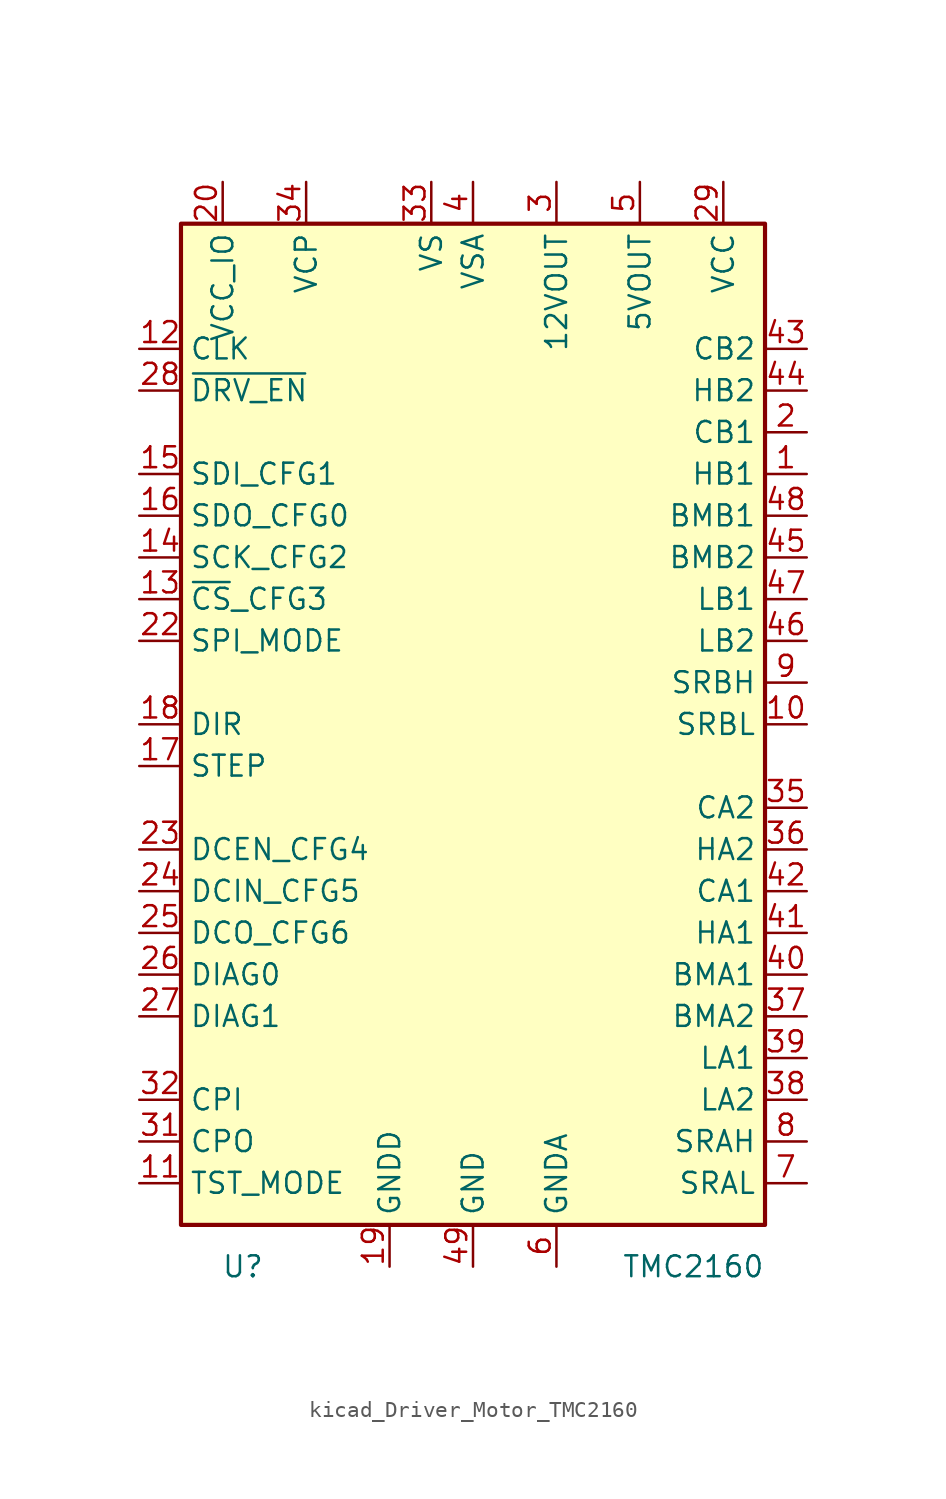
<source format=kicad_sym>
(kicad_symbol_lib
  (version 20220914)
  (generator kicad_symbol_editor)
  (symbol "kicad_Driver_Motor_TMC2160"
    (property "Reference" "U"
      (at -12.7 -33.02 0)
      (effects (font (size 1.27 1.27)) (justify right)))
    (property "Value" "TMC2160"
      (at 17.78 -33.02 0)
      (effects (font (size 1.27 1.27)) (justify right)))
    (symbol "kicad_Driver_Motor_TMC2160_1_1"
      (rectangle (start -17.78 30.48) (end 17.78 -30.48) (stroke (width 0.254) (type default)) (fill (type background)))
      (pin output line (at 20.32 15.24 180) (length 2.54) (name "HB1" (effects (font (size 1.27 1.27)))) (number "1" (effects (font (size 1.27 1.27)))))
      (pin input line (at 20.32 0 180) (length 2.54) (name "SRBL" (effects (font (size 1.27 1.27)))) (number "10" (effects (font (size 1.27 1.27)))))
      (pin input line (at -20.32 -27.94 0) (length 2.54) (name "TST_MODE" (effects (font (size 1.27 1.27)))) (number "11" (effects (font (size 1.27 1.27)))))
      (pin input line (at -20.32 22.86 0) (length 2.54) (name "CLK" (effects (font (size 1.27 1.27)))) (number "12" (effects (font (size 1.27 1.27)))))
      (pin input line (at -20.32 7.62 0) (length 2.54) (name "~{CS}_CFG3" (effects (font (size 1.27 1.27)))) (number "13" (effects (font (size 1.27 1.27)))))
      (pin input line (at -20.32 10.16 0) (length 2.54) (name "SCK_CFG2" (effects (font (size 1.27 1.27)))) (number "14" (effects (font (size 1.27 1.27)))))
      (pin input line (at -20.32 15.24 0) (length 2.54) (name "SDI_CFG1" (effects (font (size 1.27 1.27)))) (number "15" (effects (font (size 1.27 1.27)))))
      (pin passive line (at -20.32 12.7 0) (length 2.54) (name "SDO_CFG0" (effects (font (size 1.27 1.27)))) (number "16" (effects (font (size 1.27 1.27)))))
      (pin input line (at -20.32 -2.54 0) (length 2.54) (name "STEP" (effects (font (size 1.27 1.27)))) (number "17" (effects (font (size 1.27 1.27)))))
      (pin input line (at -20.32 0 0) (length 2.54) (name "DIR" (effects (font (size 1.27 1.27)))) (number "18" (effects (font (size 1.27 1.27)))))
      (pin power_in line (at -5.08 -33.02 90) (length 2.54) (name "GNDD" (effects (font (size 1.27 1.27)))) (number "19" (effects (font (size 1.27 1.27)))))
      (pin output line (at 20.32 17.78 180) (length 2.54) (name "CB1" (effects (font (size 1.27 1.27)))) (number "2" (effects (font (size 1.27 1.27)))))
      (pin power_in line (at -15.24 33.02 270) (length 2.54) (name "VCC_IO" (effects (font (size 1.27 1.27)))) (number "20" (effects (font (size 1.27 1.27)))))
      (pin passive line (at -15.24 33.02 270) (length 2.54) hide (name "VCC_IO" (effects (font (size 1.27 1.27)))) (number "21" (effects (font (size 1.27 1.27)))))
      (pin input line (at -20.32 5.08 0) (length 2.54) (name "SPI_MODE" (effects (font (size 1.27 1.27)))) (number "22" (effects (font (size 1.27 1.27)))))
      (pin input line (at -20.32 -7.62 0) (length 2.54) (name "DCEN_CFG4" (effects (font (size 1.27 1.27)))) (number "23" (effects (font (size 1.27 1.27)))))
      (pin input line (at -20.32 -10.16 0) (length 2.54) (name "DCIN_CFG5" (effects (font (size 1.27 1.27)))) (number "24" (effects (font (size 1.27 1.27)))))
      (pin output line (at -20.32 -12.7 0) (length 2.54) (name "DCO_CFG6" (effects (font (size 1.27 1.27)))) (number "25" (effects (font (size 1.27 1.27)))))
      (pin output line (at -20.32 -15.24 0) (length 2.54) (name "DIAG0" (effects (font (size 1.27 1.27)))) (number "26" (effects (font (size 1.27 1.27)))))
      (pin output line (at -20.32 -17.78 0) (length 2.54) (name "DIAG1" (effects (font (size 1.27 1.27)))) (number "27" (effects (font (size 1.27 1.27)))))
      (pin input line (at -20.32 20.32 0) (length 2.54) (name "~{DRV_EN}" (effects (font (size 1.27 1.27)))) (number "28" (effects (font (size 1.27 1.27)))))
      (pin power_in line (at 15.24 33.02 270) (length 2.54) (name "VCC" (effects (font (size 1.27 1.27)))) (number "29" (effects (font (size 1.27 1.27)))))
      (pin power_in line (at 5.08 33.02 270) (length 2.54) (name "12VOUT" (effects (font (size 1.27 1.27)))) (number "3" (effects (font (size 1.27 1.27)))))
      (pin passive line (at -5.08 -33.02 90) (length 2.54) hide (name "GNDD" (effects (font (size 1.27 1.27)))) (number "30" (effects (font (size 1.27 1.27)))))
      (pin passive line (at -20.32 -25.4 0) (length 2.54) (name "CPO" (effects (font (size 1.27 1.27)))) (number "31" (effects (font (size 1.27 1.27)))))
      (pin passive line (at -20.32 -22.86 0) (length 2.54) (name "CPI" (effects (font (size 1.27 1.27)))) (number "32" (effects (font (size 1.27 1.27)))))
      (pin power_in line (at -2.54 33.02 270) (length 2.54) (name "VS" (effects (font (size 1.27 1.27)))) (number "33" (effects (font (size 1.27 1.27)))))
      (pin passive line (at -10.16 33.02 270) (length 2.54) (name "VCP" (effects (font (size 1.27 1.27)))) (number "34" (effects (font (size 1.27 1.27)))))
      (pin passive line (at 20.32 -5.08 180) (length 2.54) (name "CA2" (effects (font (size 1.27 1.27)))) (number "35" (effects (font (size 1.27 1.27)))))
      (pin output line (at 20.32 -7.62 180) (length 2.54) (name "HA2" (effects (font (size 1.27 1.27)))) (number "36" (effects (font (size 1.27 1.27)))))
      (pin passive line (at 20.32 -17.78 180) (length 2.54) (name "BMA2" (effects (font (size 1.27 1.27)))) (number "37" (effects (font (size 1.27 1.27)))))
      (pin output line (at 20.32 -22.86 180) (length 2.54) (name "LA2" (effects (font (size 1.27 1.27)))) (number "38" (effects (font (size 1.27 1.27)))))
      (pin output line (at 20.32 -20.32 180) (length 2.54) (name "LA1" (effects (font (size 1.27 1.27)))) (number "39" (effects (font (size 1.27 1.27)))))
      (pin power_in line (at 0 33.02 270) (length 2.54) (name "VSA" (effects (font (size 1.27 1.27)))) (number "4" (effects (font (size 1.27 1.27)))))
      (pin passive line (at 20.32 -15.24 180) (length 2.54) (name "BMA1" (effects (font (size 1.27 1.27)))) (number "40" (effects (font (size 1.27 1.27)))))
      (pin output line (at 20.32 -12.7 180) (length 2.54) (name "HA1" (effects (font (size 1.27 1.27)))) (number "41" (effects (font (size 1.27 1.27)))))
      (pin output line (at 20.32 -10.16 180) (length 2.54) (name "CA1" (effects (font (size 1.27 1.27)))) (number "42" (effects (font (size 1.27 1.27)))))
      (pin passive line (at 20.32 22.86 180) (length 2.54) (name "CB2" (effects (font (size 1.27 1.27)))) (number "43" (effects (font (size 1.27 1.27)))))
      (pin output line (at 20.32 20.32 180) (length 2.54) (name "HB2" (effects (font (size 1.27 1.27)))) (number "44" (effects (font (size 1.27 1.27)))))
      (pin passive line (at 20.32 10.16 180) (length 2.54) (name "BMB2" (effects (font (size 1.27 1.27)))) (number "45" (effects (font (size 1.27 1.27)))))
      (pin output line (at 20.32 5.08 180) (length 2.54) (name "LB2" (effects (font (size 1.27 1.27)))) (number "46" (effects (font (size 1.27 1.27)))))
      (pin output line (at 20.32 7.62 180) (length 2.54) (name "LB1" (effects (font (size 1.27 1.27)))) (number "47" (effects (font (size 1.27 1.27)))))
      (pin passive line (at 20.32 12.7 180) (length 2.54) (name "BMB1" (effects (font (size 1.27 1.27)))) (number "48" (effects (font (size 1.27 1.27)))))
      (pin power_in line (at 0 -33.02 90) (length 2.54) (name "GND" (effects (font (size 1.27 1.27)))) (number "49" (effects (font (size 1.27 1.27)))))
      (pin power_out line (at 10.16 33.02 270) (length 2.54) (name "5VOUT" (effects (font (size 1.27 1.27)))) (number "5" (effects (font (size 1.27 1.27)))))
      (pin power_in line (at 5.08 -33.02 90) (length 2.54) (name "GNDA" (effects (font (size 1.27 1.27)))) (number "6" (effects (font (size 1.27 1.27)))))
      (pin input line (at 20.32 -27.94 180) (length 2.54) (name "SRAL" (effects (font (size 1.27 1.27)))) (number "7" (effects (font (size 1.27 1.27)))))
      (pin input line (at 20.32 -25.4 180) (length 2.54) (name "SRAH" (effects (font (size 1.27 1.27)))) (number "8" (effects (font (size 1.27 1.27)))))
      (pin input line (at 20.32 2.54 180) (length 2.54) (name "SRBH" (effects (font (size 1.27 1.27)))) (number "9" (effects (font (size 1.27 1.27))))))))
</source>
